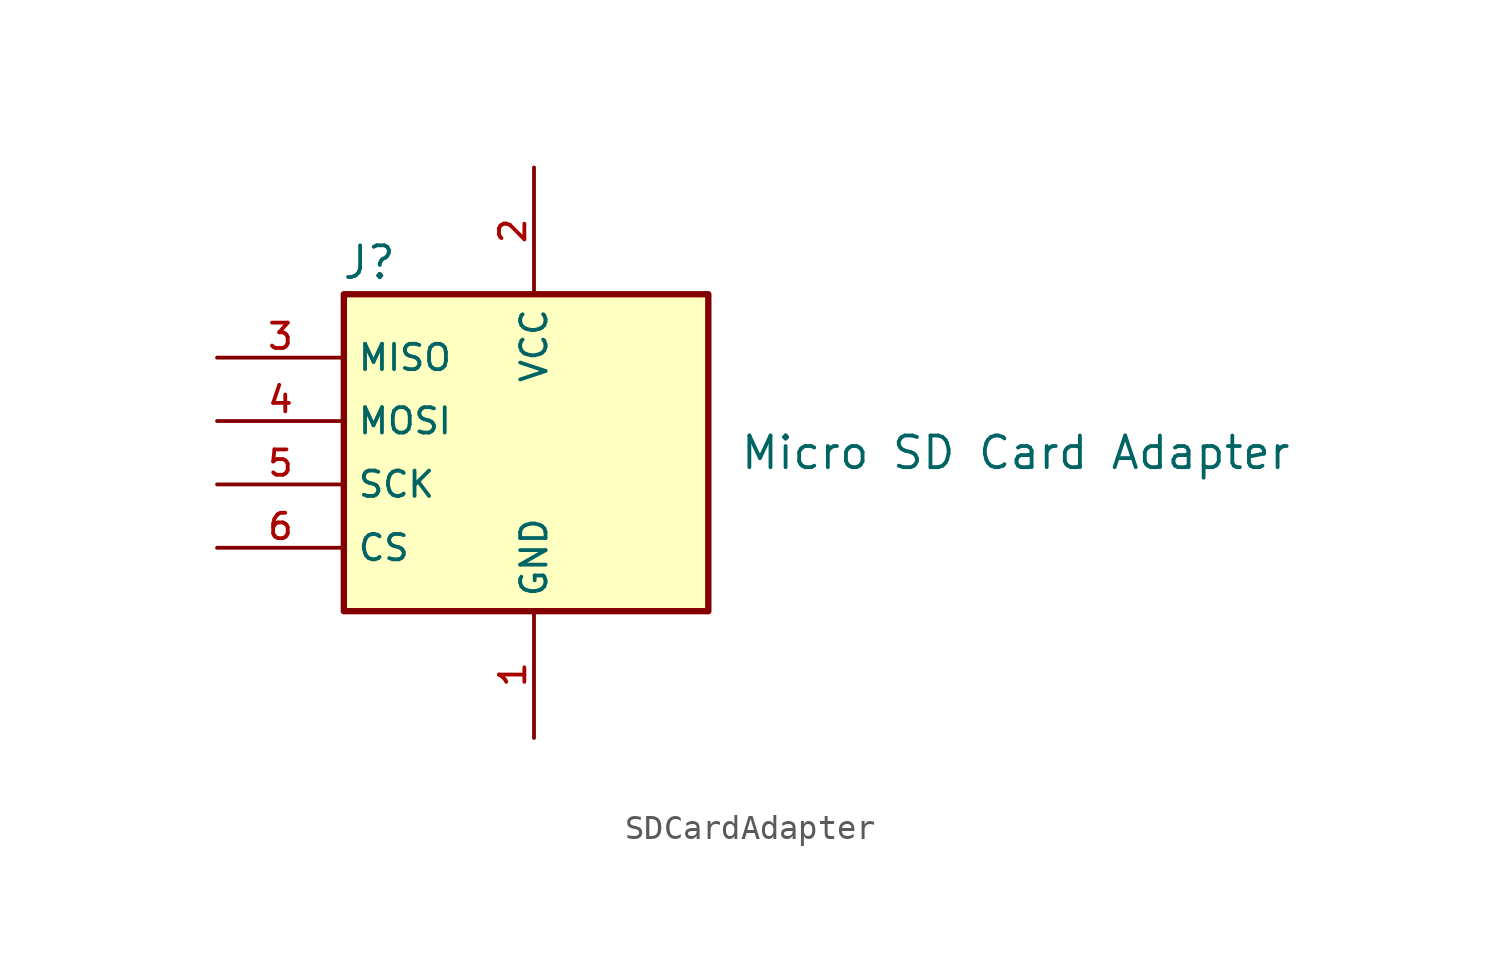
<source format=kicad_sym>
(kicad_symbol_lib
  (version 20231120)
  (generator "kicad_symbol_editor")
  (generator_version "8.0")
  (symbol "SDCardAdapter"
    (property "Reference" "J"
      (at -6.604 7.62 0)
      (effects (font (size 1.27 1.27))))
    (property "Value" "Micro SD Card Adapter"
      (at 19.304 0 0)
      (effects (font (size 1.27 1.27))))
    (symbol "SDCardAdapter_0_1"
      (rectangle (start -7.62 6.35) (end 6.985 -6.35) (stroke (width 0.254) (type default)) (fill (type background))))
    (symbol "SDCardAdapter_1_0"
      (pin power_in line (at 0 -11.43 90) (length 5.08) (name "GND" (effects (font (size 1.016 1.016)))) (number "1" (effects (font (size 1.016 1.016)))))
      (pin power_in line (at 0 11.43 270) (length 5.08) (name "VCC" (effects (font (size 1.016 1.016)))) (number "2" (effects (font (size 1.016 1.016)))))
      (pin bidirectional line (at -12.7 3.81 0) (length 5.08) (name "MISO" (effects (font (size 1.016 1.016)))) (number "3" (effects (font (size 1.016 1.016)))))
      (pin bidirectional line (at -12.7 1.27 0) (length 5.08) (name "MOSI" (effects (font (size 1.016 1.016)))) (number "4" (effects (font (size 1.016 1.016)))))
      (pin bidirectional line (at -12.7 -1.27 0) (length 5.08) (name "SCK" (effects (font (size 1.016 1.016)))) (number "5" (effects (font (size 1.016 1.016)))))
      (pin bidirectional line (at -12.7 -3.81 0) (length 5.08) (name "CS" (effects (font (size 1.016 1.016)))) (number "6" (effects (font (size 1.016 1.016))))))))
</source>
